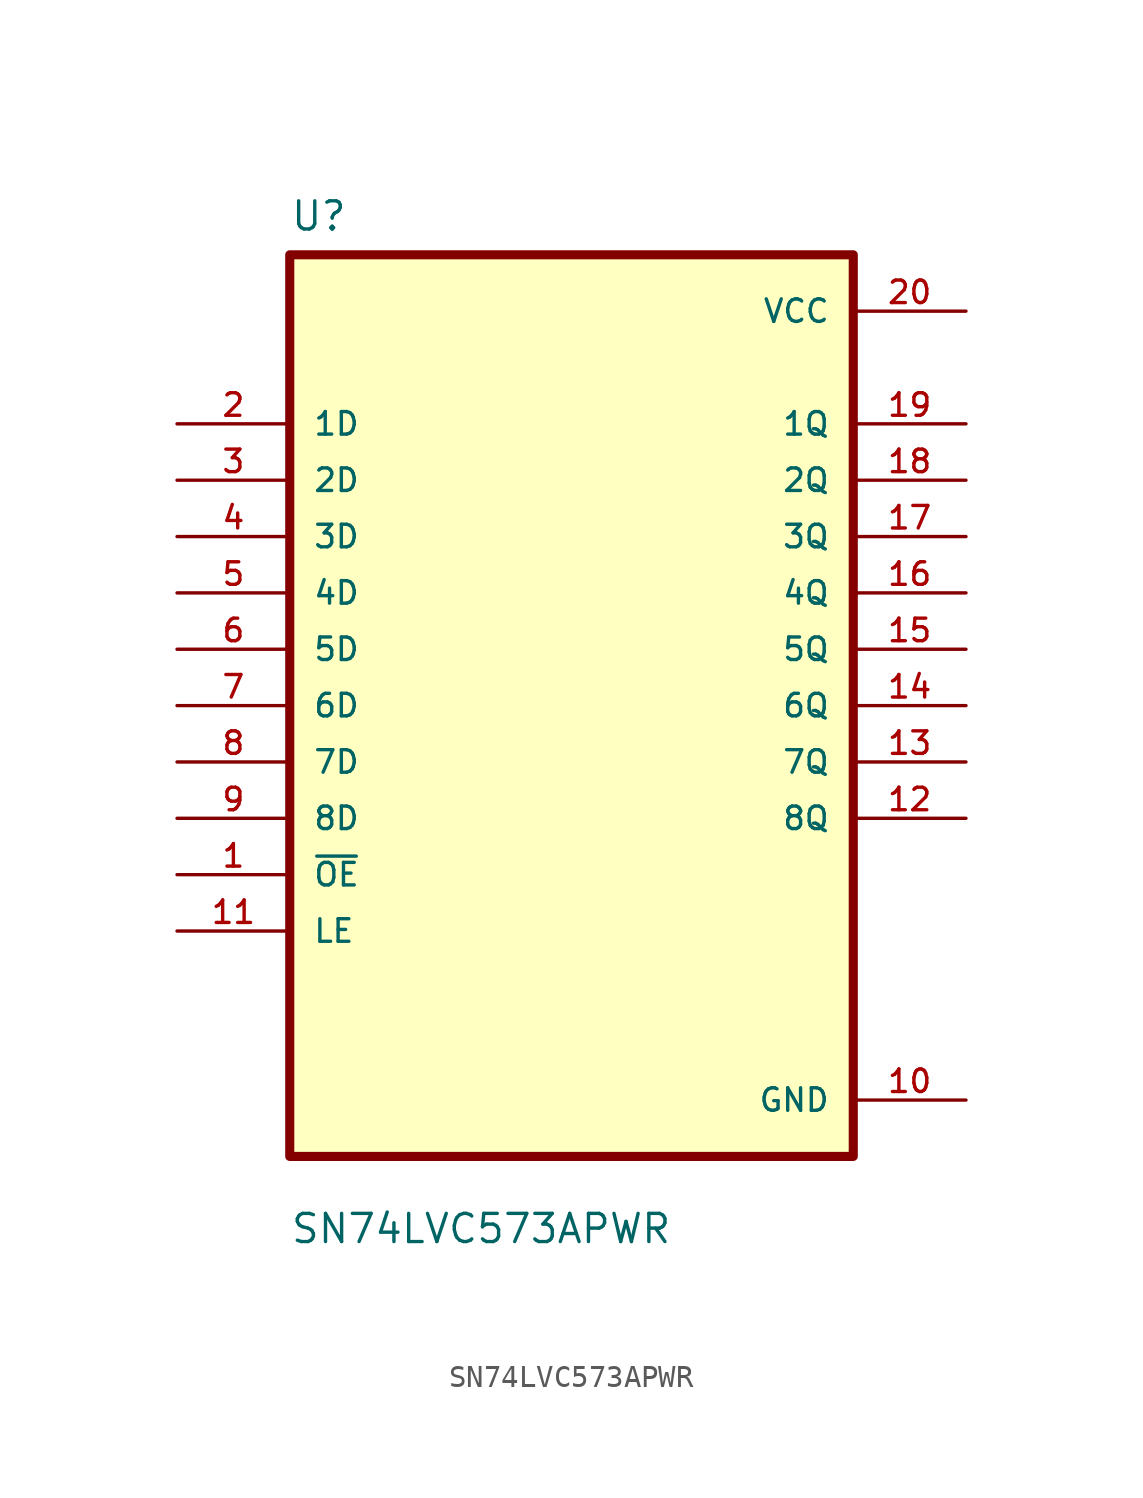
<source format=kicad_sym>
(kicad_symbol_lib
  (version 20211014)
  (generator kicad_symbol_editor)
  (symbol "SN74LVC573APWR"
    (pin_names
      (offset 1.016))
    (property "Reference" "U"
      (at -12.7 21.32 0.0)
      (effects (font (size 1.27 1.27)) (justify bottom left)))
    (property "Value" "SN74LVC573APWR"
      (at -12.7 -24.32 0.0)
      (effects (font (size 1.27 1.27)) (justify bottom left)))
    (symbol "SN74LVC573APWR_0_0"
      (rectangle (start -12.7 -20.32) (end 12.7 20.32) (stroke (width 0.41)) (fill (type background)))
      (pin input line (at -17.78 12.7 0) (length 5.08) (name "1D" (effects (font (size 1.016 1.016)))) (number "2" (effects (font (size 1.016 1.016)))))
      (pin input line (at -17.78 10.16 0) (length 5.08) (name "2D" (effects (font (size 1.016 1.016)))) (number "3" (effects (font (size 1.016 1.016)))))
      (pin input line (at -17.78 7.62 0) (length 5.08) (name "3D" (effects (font (size 1.016 1.016)))) (number "4" (effects (font (size 1.016 1.016)))))
      (pin input line (at -17.78 5.08 0) (length 5.08) (name "4D" (effects (font (size 1.016 1.016)))) (number "5" (effects (font (size 1.016 1.016)))))
      (pin input line (at -17.78 2.54 0) (length 5.08) (name "5D" (effects (font (size 1.016 1.016)))) (number "6" (effects (font (size 1.016 1.016)))))
      (pin input line (at -17.78 0.0 0) (length 5.08) (name "6D" (effects (font (size 1.016 1.016)))) (number "7" (effects (font (size 1.016 1.016)))))
      (pin input line (at -17.78 -2.54 0) (length 5.08) (name "7D" (effects (font (size 1.016 1.016)))) (number "8" (effects (font (size 1.016 1.016)))))
      (pin input line (at -17.78 -5.08 0) (length 5.08) (name "8D" (effects (font (size 1.016 1.016)))) (number "9" (effects (font (size 1.016 1.016)))))
      (pin input line (at -17.78 -7.62 0) (length 5.08) (name "~{OE}" (effects (font (size 1.016 1.016)))) (number "1" (effects (font (size 1.016 1.016)))))
      (pin input line (at -17.78 -10.16 0) (length 5.08) (name "LE" (effects (font (size 1.016 1.016)))) (number "11" (effects (font (size 1.016 1.016)))))
      (pin power_in line (at 17.78 17.78 180.0) (length 5.08) (name "VCC" (effects (font (size 1.016 1.016)))) (number "20" (effects (font (size 1.016 1.016)))))
      (pin output line (at 17.78 12.7 180.0) (length 5.08) (name "1Q" (effects (font (size 1.016 1.016)))) (number "19" (effects (font (size 1.016 1.016)))))
      (pin output line (at 17.78 10.16 180.0) (length 5.08) (name "2Q" (effects (font (size 1.016 1.016)))) (number "18" (effects (font (size 1.016 1.016)))))
      (pin output line (at 17.78 7.62 180.0) (length 5.08) (name "3Q" (effects (font (size 1.016 1.016)))) (number "17" (effects (font (size 1.016 1.016)))))
      (pin output line (at 17.78 5.08 180.0) (length 5.08) (name "4Q" (effects (font (size 1.016 1.016)))) (number "16" (effects (font (size 1.016 1.016)))))
      (pin output line (at 17.78 2.54 180.0) (length 5.08) (name "5Q" (effects (font (size 1.016 1.016)))) (number "15" (effects (font (size 1.016 1.016)))))
      (pin output line (at 17.78 0.0 180.0) (length 5.08) (name "6Q" (effects (font (size 1.016 1.016)))) (number "14" (effects (font (size 1.016 1.016)))))
      (pin output line (at 17.78 -2.54 180.0) (length 5.08) (name "7Q" (effects (font (size 1.016 1.016)))) (number "13" (effects (font (size 1.016 1.016)))))
      (pin output line (at 17.78 -5.08 180.0) (length 5.08) (name "8Q" (effects (font (size 1.016 1.016)))) (number "12" (effects (font (size 1.016 1.016)))))
      (pin power_in line (at 17.78 -17.78 180.0) (length 5.08) (name "GND" (effects (font (size 1.016 1.016)))) (number "10" (effects (font (size 1.016 1.016))))))))
</source>
